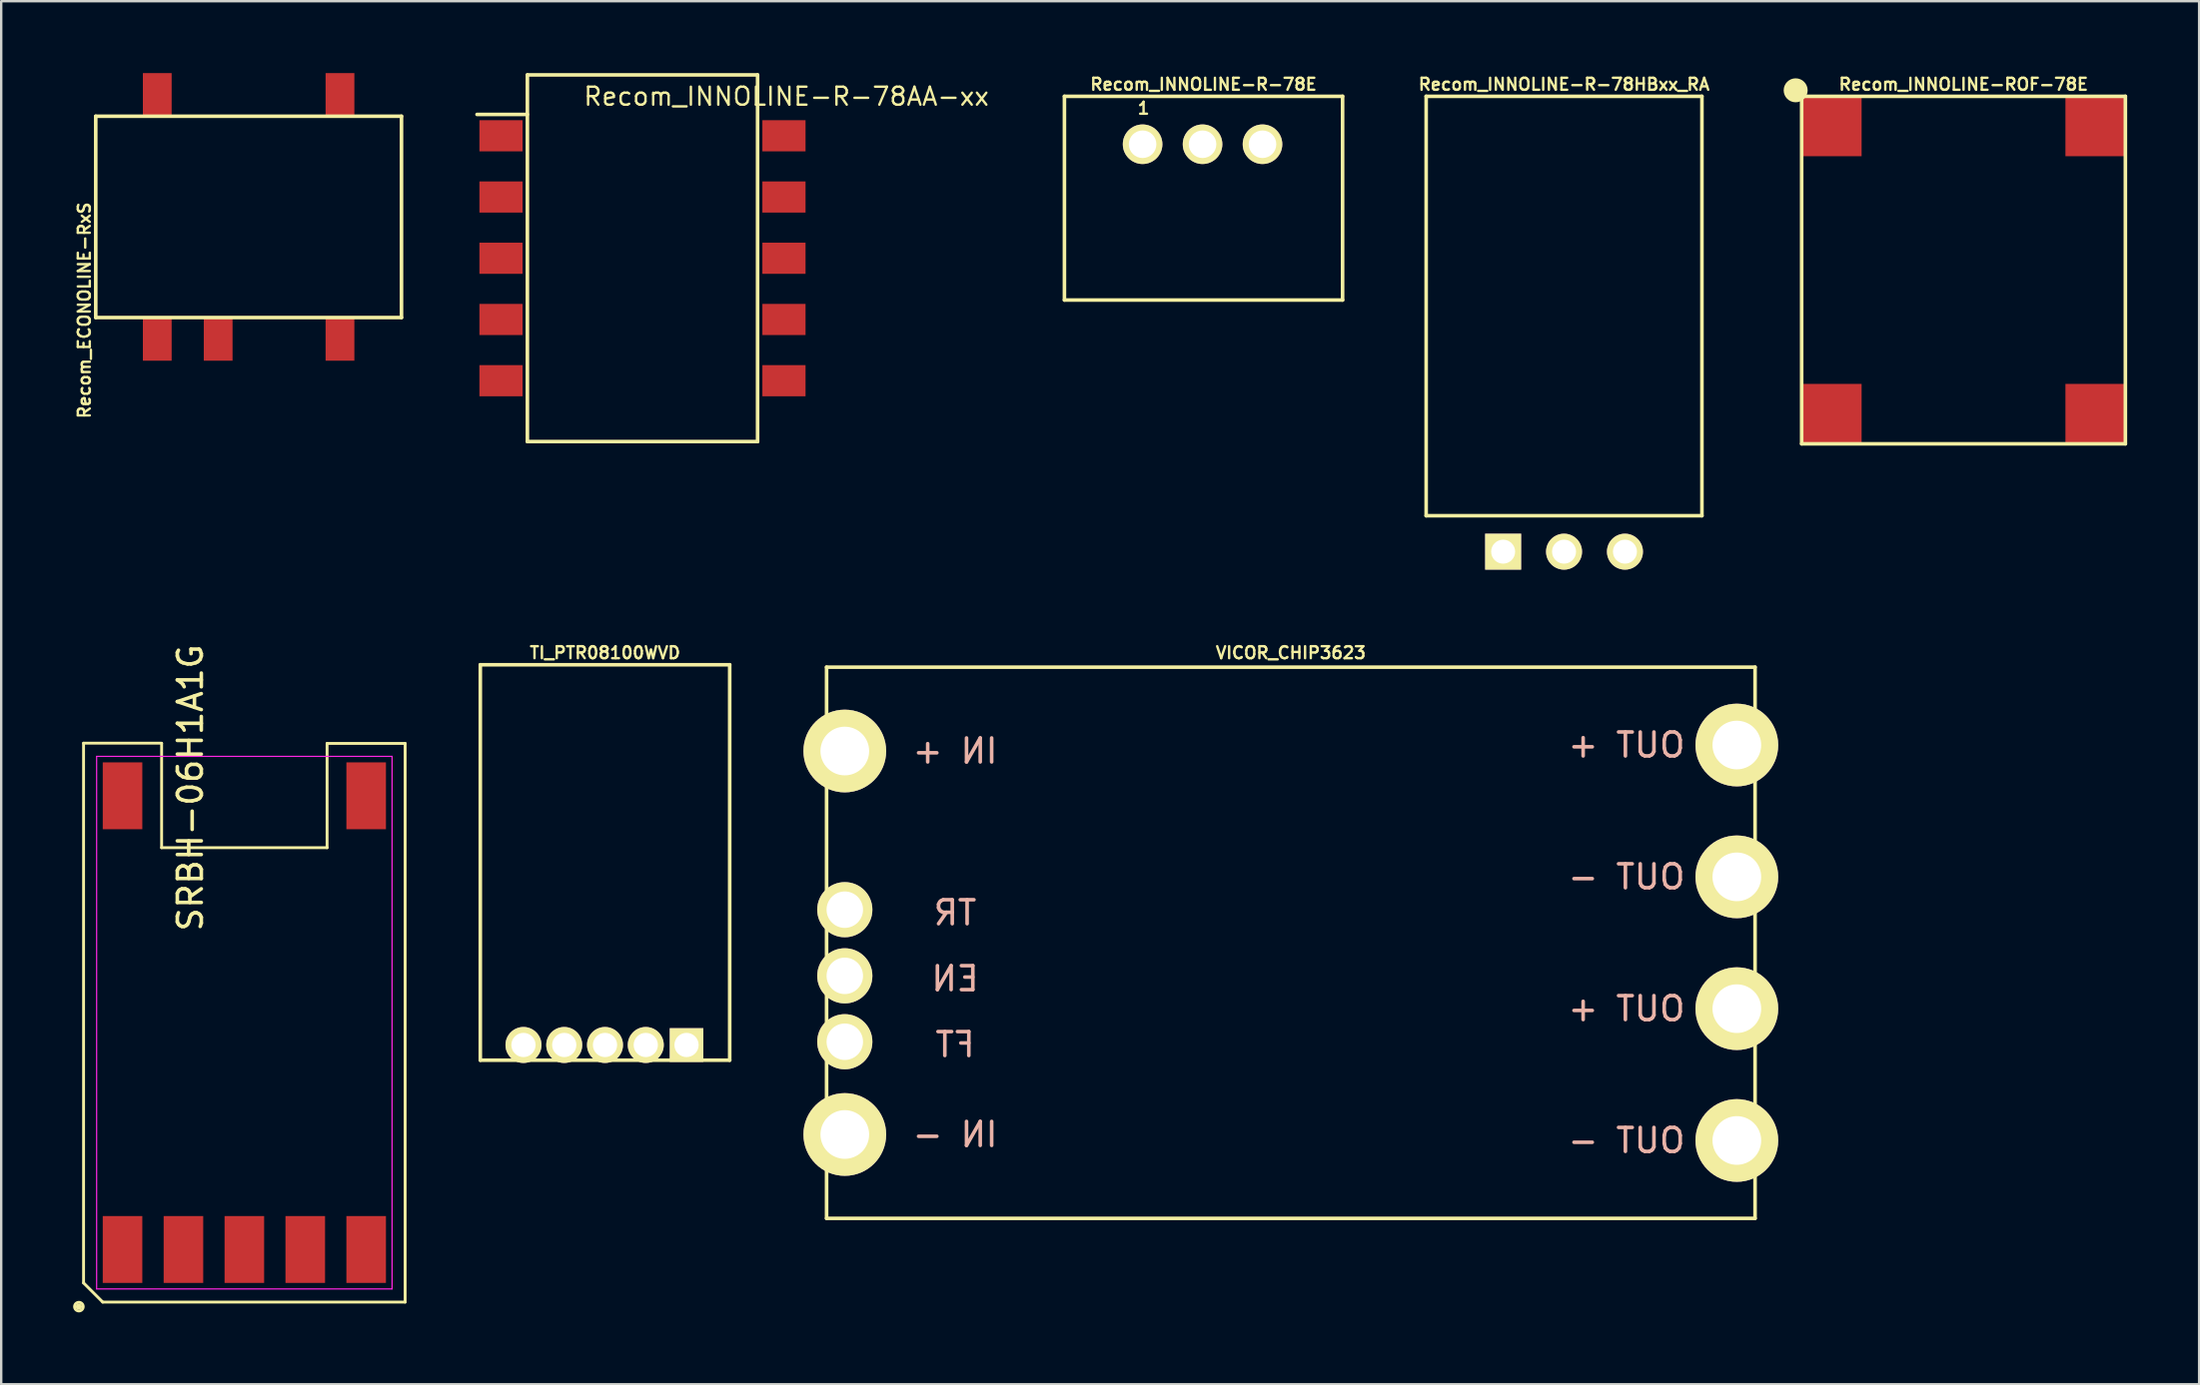
<source format=kicad_pcb>
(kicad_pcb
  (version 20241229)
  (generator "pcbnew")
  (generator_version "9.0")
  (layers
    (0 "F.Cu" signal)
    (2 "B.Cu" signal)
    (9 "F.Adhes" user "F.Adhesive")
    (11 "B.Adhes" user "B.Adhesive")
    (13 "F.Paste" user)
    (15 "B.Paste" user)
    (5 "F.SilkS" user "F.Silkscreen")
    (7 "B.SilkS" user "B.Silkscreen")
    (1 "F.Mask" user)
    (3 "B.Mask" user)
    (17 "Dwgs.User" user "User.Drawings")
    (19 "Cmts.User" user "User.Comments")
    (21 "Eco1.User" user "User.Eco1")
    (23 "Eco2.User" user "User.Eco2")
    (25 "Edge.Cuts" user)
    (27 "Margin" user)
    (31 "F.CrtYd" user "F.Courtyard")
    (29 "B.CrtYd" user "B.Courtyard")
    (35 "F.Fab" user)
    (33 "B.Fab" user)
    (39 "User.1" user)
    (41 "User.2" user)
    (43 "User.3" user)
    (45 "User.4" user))
  (footprint "Recom_INNOLINE-R-78E"
    (layer "F.Cu")
    (at 47.139 2.968)
    (property "Reference" "Recom_INNOLINE-R-78E" (at 0 -2.5 0) (layer "F.SilkS") (effects (font (size 0.5 0.5) (thickness 0.1))))
    (attr through_hole)
    (fp_line (start -5.8 -2) (end -5.8 6.5) (stroke (width 0.15) (type solid)) (layer "F.SilkS"))
    (fp_line (start -5.8 -2) (end 5.8 -2) (stroke (width 0.15) (type solid)) (layer "F.SilkS"))
    (fp_line (start -5.8 6.5) (end 5.8 6.5) (stroke (width 0.15) (type solid)) (layer "F.SilkS"))
    (fp_line (start 5.8 -2) (end 5.8 6.5) (stroke (width 0.15) (type solid)) (layer "F.SilkS"))
    (fp_text user "1" (at -2.5 -1.5 0) (layer "F.SilkS") (effects (font (size 0.5 0.5) (thickness 0.1))))
    (pad "1" thru_hole circle (at -2.54 0) (size 1.65 1.65) (drill 1.15) (layers "*.Cu" "*.Mask" "F.SilkS"))
    (pad "2" thru_hole circle (at -0.04 0) (size 1.65 1.65) (drill 1.15) (layers "*.Cu" "*.Mask" "F.SilkS"))
    (pad "3" thru_hole circle (at 2.46 0) (size 1.65 1.65) (drill 1.15) (layers "*.Cu" "*.Mask" "F.SilkS")))
  (footprint "Recom_INNOLINE-R-78AA-xx"
    (layer "F.Cu")
    (at 23.743 7.725)
    (property "Reference" "Recom_INNOLINE-R-78AA-xx" (at 6 -6.75 0) (layer "F.SilkS") (effects (font (size 0.75 0.75) (thickness 0.1))))
    (attr smd)
    (fp_line (start -4.8 -7.65) (end -4.8 7.65) (stroke (width 0.15) (type solid)) (layer "F.SilkS"))
    (fp_line (start -4.8 -7.65) (end 4.8 -7.65) (stroke (width 0.15) (type solid)) (layer "F.SilkS"))
    (fp_line (start -4.8 -6) (end -6.9 -6) (stroke (width 0.15) (type solid)) (layer "F.SilkS"))
    (fp_line (start -4.8 7.65) (end 4.8 7.65) (stroke (width 0.15) (type solid)) (layer "F.SilkS"))
    (fp_line (start 4.8 -7.65) (end 4.8 7.65) (stroke (width 0.15) (type solid)) (layer "F.SilkS"))
    (pad "1" smd rect (at -5.9 -5.11) (size 1.8 1.3) (layers "F.Cu" "F.Mask" "F.Paste"))
    (pad "2" smd rect (at -5.9 -2.555) (size 1.8 1.3) (layers "F.Cu" "F.Mask" "F.Paste"))
    (pad "3" smd rect (at -5.9 0) (size 1.8 1.3) (layers "F.Cu" "F.Mask" "F.Paste"))
    (pad "4" smd rect (at -5.9 2.555) (size 1.8 1.3) (layers "F.Cu" "F.Mask" "F.Paste"))
    (pad "5" smd rect (at -5.9 5.11) (size 1.8 1.3) (layers "F.Cu" "F.Mask" "F.Paste"))
    (pad "6" smd rect (at 5.9 5.11) (size 1.8 1.3) (layers "F.Cu" "F.Mask" "F.Paste"))
    (pad "7" smd rect (at 5.9 2.555) (size 1.8 1.3) (layers "F.Cu" "F.Mask" "F.Paste"))
    (pad "8" smd rect (at 5.9 0) (size 1.8 1.3) (layers "F.Cu" "F.Mask" "F.Paste"))
    (pad "9" smd rect (at 5.9 -2.555) (size 1.8 1.3) (layers "F.Cu" "F.Mask" "F.Paste"))
    (pad "10" smd rect (at 5.9 -5.11) (size 1.8 1.3) (layers "F.Cu" "F.Mask" "F.Paste")))
  (footprint "Recom_INNOLINE-ROF-78E"
    (layer "F.Cu")
    (at 78.833 8.218)
    (property "Reference" "Recom_INNOLINE-ROF-78E" (at 0 -7.75 0) (layer "F.SilkS") (effects (font (size 0.5 0.5) (thickness 0.1))))
    (attr through_hole)
    (fp_line (start -6.75 -7.25) (end 6.75 -7.25) (stroke (width 0.15) (type solid)) (layer "F.SilkS"))
    (fp_line (start -6.75 7.25) (end -6.75 -7.25) (stroke (width 0.15) (type solid)) (layer "F.SilkS"))
    (fp_line (start 6.75 -7.25) (end 6.75 7.25) (stroke (width 0.15) (type solid)) (layer "F.SilkS"))
    (fp_line (start 6.75 7.25) (end -6.75 7.25) (stroke (width 0.15) (type solid)) (layer "F.SilkS"))
    (fp_circle (center -7 -7.5) (end -6.75 -7.5) (stroke (width 0.5) (type solid)) (fill no) (layer "F.SilkS"))
    (pad "1" smd rect (at -5.5 -6) (size 2.5 2.5) (layers "F.Cu" "F.Mask" "F.Paste"))
    (pad "2" smd rect (at 5.5 -6) (size 2.5 2.5) (layers "F.Cu" "F.Mask" "F.Paste"))
    (pad "3" smd rect (at 5.5 6) (size 2.5 2.5) (layers "F.Cu" "F.Mask" "F.Paste"))
    (pad "4" smd rect (at -5.5 6) (size 2.5 2.5) (layers "F.Cu" "F.Mask" "F.Paste")))
  (footprint "SRBH-06H1A1G"
    (layer "F.Cu")
    (at 7.14 39.619)
    (property "Reference" "SRBH-06H1A1G" (at -2.25 -9.8 90) (layer "F.SilkS") (effects (font (size 1 1) (thickness 0.15))))
    (attr smd)
    (fp_line (start -6.9 11.85) (end -6.9 11.8) (stroke (width 0.12) (type solid)) (layer "F.SilkS"))
    (fp_line (start -6.705 -11.66) (end -3.45 -11.66) (stroke (width 0.12) (type solid)) (layer "F.SilkS"))
    (fp_line (start -6.705 10.86) (end -6.705 -11.66) (stroke (width 0.12) (type solid)) (layer "F.SilkS"))
    (fp_line (start -5.905 11.66) (end -6.705 10.86) (stroke (width 0.12) (type solid)) (layer "F.SilkS"))
    (fp_line (start -3.45 -11.65) (end -3.45 -7.3) (stroke (width 0.12) (type solid)) (layer "F.SilkS"))
    (fp_line (start -3.45 -7.3) (end 3.45 -7.3) (stroke (width 0.12) (type solid)) (layer "F.SilkS"))
    (fp_line (start 3.45 -11.65) (end 6.705 -11.65) (stroke (width 0.12) (type solid)) (layer "F.SilkS"))
    (fp_line (start 3.45 -7.3) (end 3.45 -11.65) (stroke (width 0.12) (type solid)) (layer "F.SilkS"))
    (fp_line (start 6.705 -11.65) (end 6.705 11.66) (stroke (width 0.12) (type solid)) (layer "F.SilkS"))
    (fp_line (start 6.705 11.66) (end -5.905 11.66) (stroke (width 0.12) (type solid)) (layer "F.SilkS"))
    (fp_circle (center -6.9 11.85) (end -6.85 11.8) (stroke (width 0.12) (type solid)) (fill no) (layer "F.SilkS"))
    (fp_circle (center -6.9 11.85) (end -6.75 11.75) (stroke (width 0.12) (type solid)) (fill no) (layer "F.SilkS"))
    (fp_line (start -6.16 -11.11) (end 6.16 -11.11) (stroke (width 0.05) (type solid)) (layer "F.CrtYd"))
    (fp_line (start -6.16 11.11) (end -6.16 -11.11) (stroke (width 0.05) (type solid)) (layer "F.CrtYd"))
    (fp_line (start 6.16 -11.11) (end 6.16 11.11) (stroke (width 0.05) (type solid)) (layer "F.CrtYd"))
    (fp_line (start 6.16 11.11) (end -6.16 11.11) (stroke (width 0.05) (type solid)) (layer "F.CrtYd"))
    (pad "1" smd rect (at -5.08 9.465) (size 1.65 2.79) (layers "F.Cu" "F.Mask" "F.Paste"))
    (pad "2" smd rect (at -2.54 9.465) (size 1.65 2.79) (layers "F.Cu" "F.Mask" "F.Paste"))
    (pad "3" smd rect (at 0 9.465) (size 1.65 2.79) (layers "F.Cu" "F.Mask" "F.Paste"))
    (pad "4" smd rect (at 2.54 9.465) (size 1.65 2.79) (layers "F.Cu" "F.Mask" "F.Paste"))
    (pad "5" smd rect (at 5.08 9.465) (size 1.65 2.79) (layers "F.Cu" "F.Mask" "F.Paste"))
    (pad "6" smd rect (at 5.08 -9.465) (size 1.65 2.79) (layers "F.Cu" "F.Mask" "F.Paste"))
    (pad "7" smd rect (at -5.08 -9.465) (size 1.65 2.79) (layers "F.Cu" "F.Mask" "F.Paste")))
  (footprint "TI_PTR08100WVD"
    (layer "F.Cu")
    (at 22.18 32.936)
    (property "Reference" "TI_PTR08100WVD" (at 0 -8.75 0) (layer "F.SilkS") (effects (font (size 0.5 0.5) (thickness 0.1))))
    (attr through_hole)
    (fp_line (start -5.2 -8.25) (end 5.2 -8.25) (stroke (width 0.15) (type solid)) (layer "F.SilkS"))
    (fp_line (start -5.2 8.25) (end -5.2 -8.25) (stroke (width 0.15) (type solid)) (layer "F.SilkS"))
    (fp_line (start 5.2 -8.25) (end 5.2 8.25) (stroke (width 0.15) (type solid)) (layer "F.SilkS"))
    (fp_line (start 5.2 8.25) (end -5.2 8.25) (stroke (width 0.15) (type solid)) (layer "F.SilkS"))
    (pad "1" thru_hole rect (at 3.4 7.615) (size 1.4 1.4) (drill 1.01) (layers "*.Cu" "*.Mask" "F.SilkS"))
    (pad "2" thru_hole circle (at 1.7 7.615) (size 1.5 1.5) (drill 1.01) (layers "*.Cu" "*.Mask" "F.SilkS"))
    (pad "3" thru_hole circle (at 0 7.615) (size 1.5 1.5) (drill 1.01) (layers "*.Cu" "*.Mask" "F.SilkS"))
    (pad "4" thru_hole circle (at -1.7 7.615) (size 1.5 1.5) (drill 1.01) (layers "*.Cu" "*.Mask" "F.SilkS"))
    (pad "5" thru_hole circle (at -3.4 7.615) (size 1.5 1.5) (drill 1.01) (layers "*.Cu" "*.Mask" "F.SilkS")))
  (footprint "Recom_INNOLINE-R-78HBxx_RA"
    (layer "F.Cu")
    (at 62.174 19.968)
    (property "Reference" "Recom_INNOLINE-R-78HBxx_RA" (at 0 -19.5 0) (layer "F.SilkS") (effects (font (size 0.5 0.5) (thickness 0.1))))
    (attr through_hole)
    (fp_line (start -5.75 -19) (end 5.75 -19) (stroke (width 0.15) (type solid)) (layer "F.SilkS"))
    (fp_line (start -5.75 -1.5) (end -5.75 -19) (stroke (width 0.15) (type solid)) (layer "F.SilkS"))
    (fp_line (start -5.75 -1.5) (end 5.75 -1.5) (stroke (width 0.15) (type solid)) (layer "F.SilkS"))
    (fp_line (start 5.75 -19) (end 5.75 -1.5) (stroke (width 0.15) (type solid)) (layer "F.SilkS"))
    (pad "1" thru_hole rect (at -2.54 0) (size 1.5 1.5) (drill 1) (layers "*.Cu" "*.Mask" "F.SilkS"))
    (pad "2" thru_hole circle (at 0 0) (size 1.5 1.5) (drill 1) (layers "*.Cu" "*.Mask" "F.SilkS"))
    (pad "3" thru_hole circle (at 2.54 0) (size 1.5 1.5) (drill 1) (layers "*.Cu" "*.Mask" "F.SilkS")))
  (footprint "VICOR_CHIP3623"
    (layer "F.Cu")
    (at 50.78 36.286)
    (property "Reference" "VICOR_CHIP3623" (at 0 -12.1 0) (layer "F.SilkS") (effects (font (size 0.5 0.5) (thickness 0.1))))
    (attr through_hole)
    (fp_line (start -19.36 -11.5) (end -19.36 11.5) (stroke (width 0.15) (type solid)) (layer "F.SilkS"))
    (fp_line (start -19.36 11.5) (end 19.36 11.5) (stroke (width 0.15) (type solid)) (layer "F.SilkS"))
    (fp_line (start 19.36 -11.5) (end -19.36 -11.5) (stroke (width 0.15) (type solid)) (layer "F.SilkS"))
    (fp_line (start 19.36 11.5) (end 19.36 -11.5) (stroke (width 0.15) (type solid)) (layer "F.SilkS"))
    (fp_text user "OUT -" (at 14 -2.75 0) (layer "B.SilkS") (effects (font (size 1 1) (thickness 0.15)) (justify mirror)))
    (fp_text user "IN +" (at -14 -8 0) (layer "B.SilkS") (effects (font (size 1 1) (thickness 0.15)) (justify mirror)))
    (fp_text user "OUT +" (at 14 2.75 0) (layer "B.SilkS") (effects (font (size 1 1) (thickness 0.15)) (justify mirror)))
    (fp_text user "TR" (at -14 -1.25 0) (layer "B.SilkS") (effects (font (size 1 1) (thickness 0.15)) (justify mirror)))
    (fp_text user "EN" (at -14 1.5 0) (layer "B.SilkS") (effects (font (size 1 1) (thickness 0.15)) (justify mirror)))
    (fp_text user "OUT -" (at 14 8.25 0) (layer "B.SilkS") (effects (font (size 1 1) (thickness 0.15)) (justify mirror)))
    (fp_text user "FT" (at -14 4.25 0) (layer "B.SilkS") (effects (font (size 1 1) (thickness 0.15)) (justify mirror)))
    (fp_text user "OUT +" (at 14 -8.25 0) (layer "B.SilkS") (effects (font (size 1 1) (thickness 0.15)) (justify mirror)))
    (fp_text user "IN -" (at -14 8 0) (layer "B.SilkS") (effects (font (size 1 1) (thickness 0.15)) (justify mirror)))
    (pad "1" thru_hole circle (at -18.6 -8) (size 3.45 3.45) (drill 2.03) (layers "*.Cu" "*.Mask" "F.SilkS"))
    (pad "2" thru_hole circle (at -18.6 -1.38) (size 2.3 2.3) (drill 1.52) (layers "*.Cu" "*.Mask" "F.SilkS"))
    (pad "3" thru_hole circle (at -18.6 1.38) (size 2.3 2.3) (drill 1.52) (layers "*.Cu" "*.Mask" "F.SilkS"))
    (pad "4" thru_hole circle (at -18.6 4.13) (size 2.3 2.3) (drill 1.52) (layers "*.Cu" "*.Mask" "F.SilkS"))
    (pad "5" thru_hole circle (at -18.6 8) (size 3.45 3.45) (drill 2.03) (layers "*.Cu" "*.Mask" "F.SilkS"))
    (pad "6" thru_hole circle (at 18.6 -8.25) (size 3.45 3.45) (drill 2.03) (layers "*.Cu" "*.Mask" "F.SilkS"))
    (pad "6" thru_hole circle (at 18.6 2.75) (size 3.45 3.45) (drill 2.03) (layers "*.Cu" "*.Mask" "F.SilkS"))
    (pad "7" thru_hole circle (at 18.6 -2.75) (size 3.45 3.45) (drill 2.03) (layers "*.Cu" "*.Mask" "F.SilkS"))
    (pad "7" thru_hole circle (at 18.6 8.25) (size 3.45 3.45) (drill 2.03) (layers "*.Cu" "*.Mask" "F.SilkS")))
  (footprint "Recom_ECONOLINE-RxS"
    (layer "F.Cu")
    (at 7.318 6)
    (property "Reference" "Recom_ECONOLINE-RxS" (at -6.85 3.9 90) (layer "F.SilkS") (effects (font (size 0.5 0.5) (thickness 0.1))))
    (attr through_hole)
    (fp_line (start -6.375 -4.2) (end -6.375 4.2) (stroke (width 0.15) (type solid)) (layer "F.SilkS"))
    (fp_line (start -6.375 -4.2) (end 6.375 -4.2) (stroke (width 0.15) (type solid)) (layer "F.SilkS"))
    (fp_line (start -6.375 4.2) (end 6.375 4.2) (stroke (width 0.15) (type solid)) (layer "F.SilkS"))
    (fp_line (start 6.375 -4.2) (end 6.375 4.2) (stroke (width 0.15) (type solid)) (layer "F.SilkS"))
    (pad "1" smd rect (at -3.81 5.1) (size 1.2 1.8) (layers "F.Cu" "F.Mask" "F.Paste"))
    (pad "2" smd rect (at -1.27 5.1) (size 1.2 1.8) (layers "F.Cu" "F.Mask" "F.Paste"))
    (pad "4" smd rect (at 3.81 5.1) (size 1.2 1.8) (layers "F.Cu" "F.Mask" "F.Paste"))
    (pad "5" smd rect (at 3.81 -5.1) (size 1.2 1.8) (layers "F.Cu" "F.Mask" "F.Paste"))
    (pad "8" smd rect (at -3.81 -5.1) (size 1.2 1.8) (layers "F.Cu" "F.Mask" "F.Paste")))
  (gr_rect
    (start -3 -3)
    (end 88.658 54.709)
    (stroke (width 0.1) (type default))
    (fill no)
    (layer "Edge.Cuts")))
</source>
